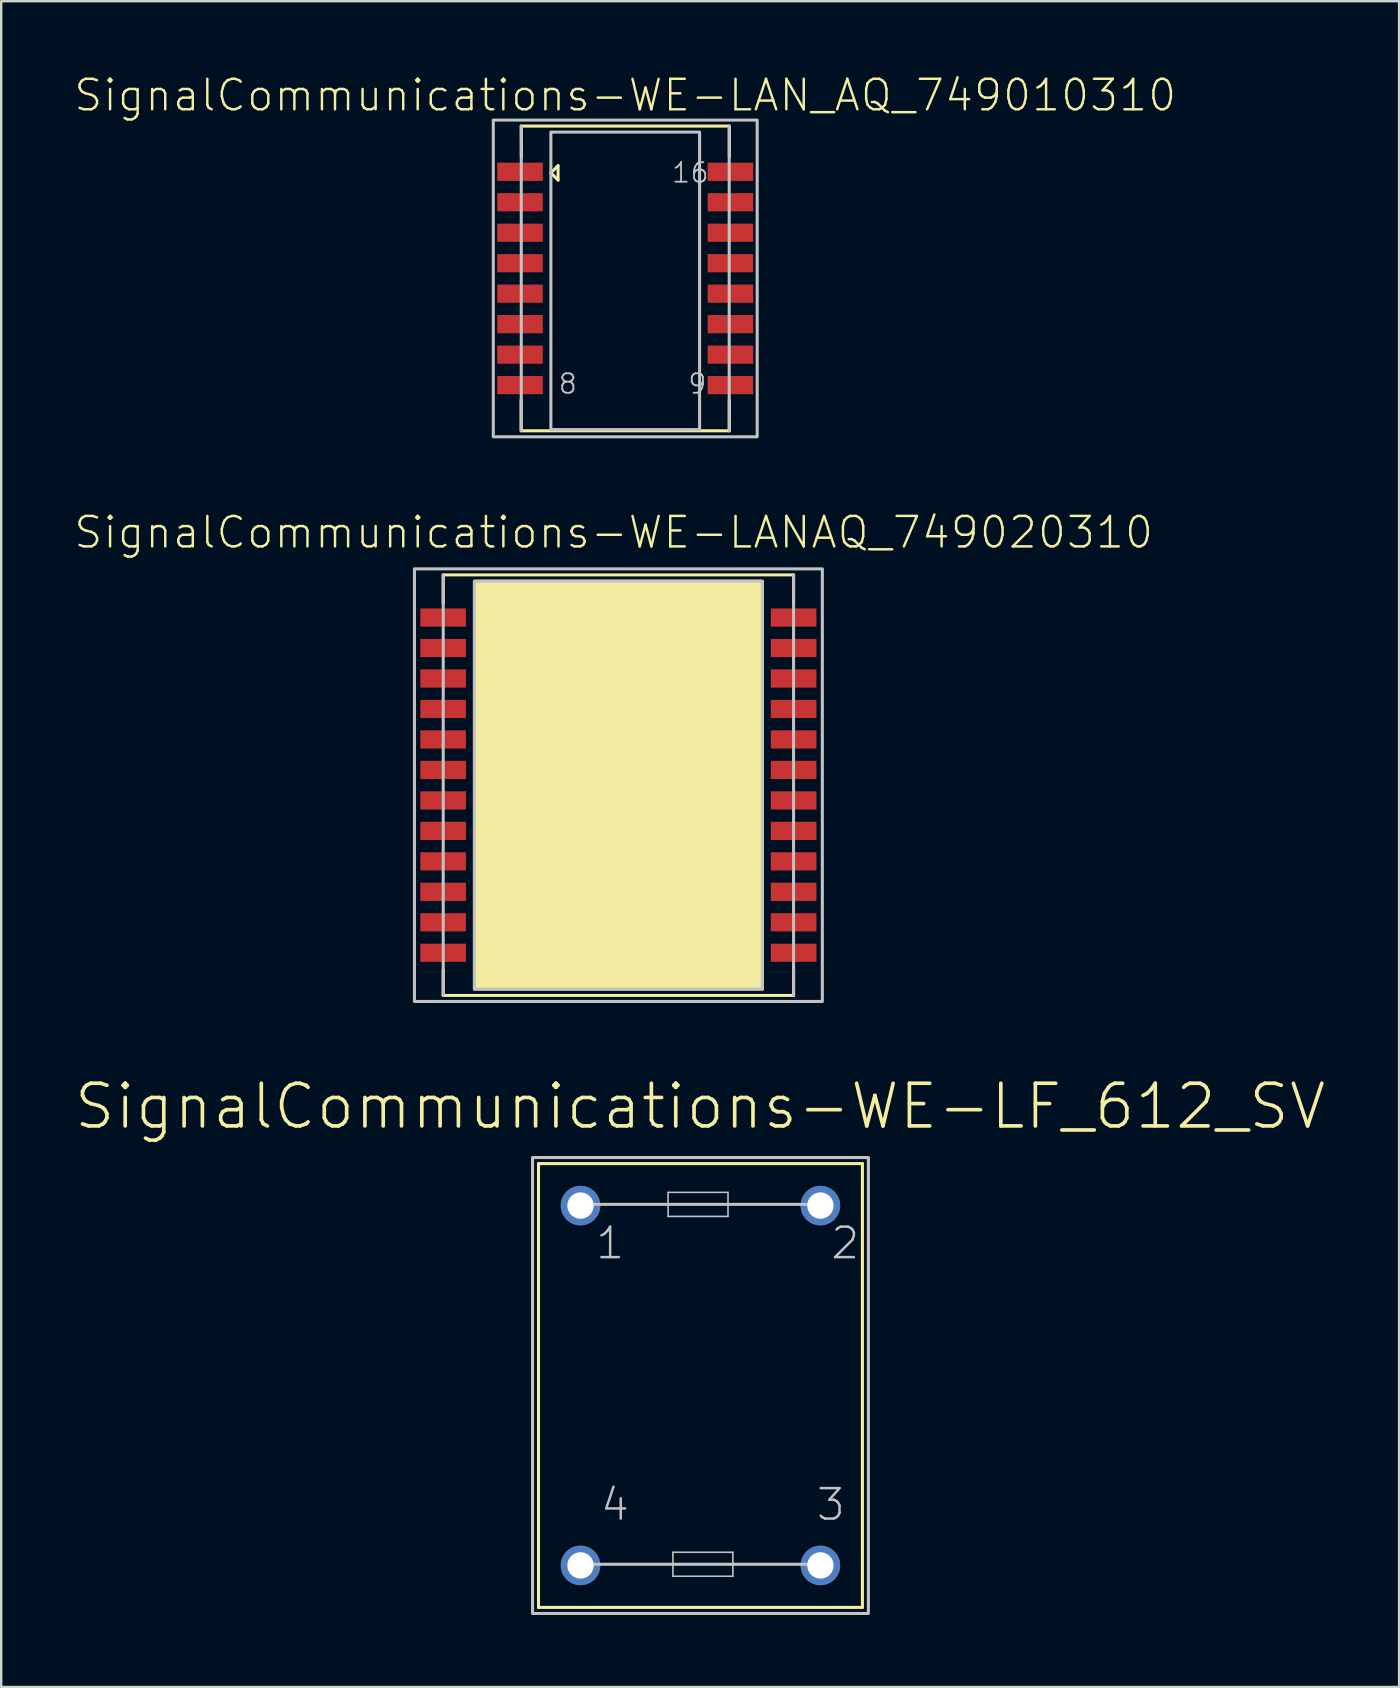
<source format=kicad_pcb>
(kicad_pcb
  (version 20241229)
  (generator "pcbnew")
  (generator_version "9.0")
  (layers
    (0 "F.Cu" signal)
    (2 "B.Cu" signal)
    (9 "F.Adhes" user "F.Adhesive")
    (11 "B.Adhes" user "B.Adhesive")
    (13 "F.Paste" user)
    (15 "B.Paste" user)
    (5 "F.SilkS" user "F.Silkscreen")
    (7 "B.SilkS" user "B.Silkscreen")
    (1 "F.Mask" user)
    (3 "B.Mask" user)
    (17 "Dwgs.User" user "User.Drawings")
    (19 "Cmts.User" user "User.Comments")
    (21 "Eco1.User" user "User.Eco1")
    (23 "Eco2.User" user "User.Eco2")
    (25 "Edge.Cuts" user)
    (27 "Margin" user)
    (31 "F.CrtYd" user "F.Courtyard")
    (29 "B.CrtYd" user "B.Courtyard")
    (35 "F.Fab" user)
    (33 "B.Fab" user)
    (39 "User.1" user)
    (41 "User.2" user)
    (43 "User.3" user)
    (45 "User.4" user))
  (footprint "SignalCommunications-WE-LF_612_SV"
    (layer "F.Cu")
    (at 26.141 54.69)
    (property "Reference" "SignalCommunications-WE-LF_612_SV" (at -0.013 -11.633 0) (layer "F.SilkS") (effects (font (size 1.778 1.778) (thickness 0.152))))
    (attr exclude_from_pos_files exclude_from_bom)
    (fp_line (start -6.749 -9.248) (end -6.749 9.248) (stroke (width 0.127) (type solid)) (layer "F.SilkS"))
    (fp_line (start -6.749 9.248) (end 6.749 9.248) (stroke (width 0.127) (type solid)) (layer "F.SilkS"))
    (fp_line (start 6.749 -9.248) (end -6.749 -9.248) (stroke (width 0.127) (type solid)) (layer "F.SilkS"))
    (fp_line (start 6.749 9.248) (end 6.749 -9.248) (stroke (width 0.127) (type solid)) (layer "F.SilkS"))
    (fp_line (start -4.999 -7.549) (end 4.999 -7.549) (stroke (width 0.127) (type solid)) (layer "Dwgs.User"))
    (fp_line (start -4.9 7.45) (end 5.098 7.45) (stroke (width 0.127) (type solid)) (layer "Dwgs.User"))
    (fp_line (start -1.349 -8.049) (end 1.148 -8.049) (stroke (width 0.066) (type solid)) (layer "Dwgs.User"))
    (fp_line (start -1.349 -7.048) (end -1.349 -8.049) (stroke (width 0.066) (type solid)) (layer "Dwgs.User"))
    (fp_line (start -1.349 -7.048) (end 1.148 -7.048) (stroke (width 0.066) (type solid)) (layer "Dwgs.User"))
    (fp_line (start -1.148 6.949) (end 1.349 6.949) (stroke (width 0.066) (type solid)) (layer "Dwgs.User"))
    (fp_line (start -1.148 7.948) (end -1.148 6.949) (stroke (width 0.066) (type solid)) (layer "Dwgs.User"))
    (fp_line (start -1.148 7.948) (end 1.349 7.948) (stroke (width 0.066) (type solid)) (layer "Dwgs.User"))
    (fp_line (start 1.148 -7.048) (end 1.148 -8.049) (stroke (width 0.066) (type solid)) (layer "Dwgs.User"))
    (fp_line (start 1.349 7.948) (end 1.349 6.949) (stroke (width 0.066) (type solid)) (layer "Dwgs.User"))
    (fp_poly (pts (xy -6.998 9.5) (xy -6.998 -9.5) (xy 6.998 -9.5) (xy 6.998 9.5) (xy -6.998 9.5)) (stroke (width 0.127) (type solid)) (fill no) (layer "Dwgs.User"))
    (fp_text user "3" (at 5.433 4.963 0) (layer "Dwgs.User") (effects (font (size 1.27 1.27) (thickness 0.102))))
    (fp_text user "2" (at 6.032 -5.933 0) (layer "Dwgs.User") (effects (font (size 1.27 1.27) (thickness 0.102))))
    (fp_text user "4" (at -3.564 4.963 0) (layer "Dwgs.User") (effects (font (size 1.27 1.27) (thickness 0.102))))
    (fp_text user "1" (at -3.764 -5.933 0) (layer "Dwgs.User") (effects (font (size 1.27 1.27) (thickness 0.102))))
    (pad "1" thru_hole circle (at -4.999 -7.498) (size 1.648 1.648) (drill 1.1) (layers "*.Cu" "*.Paste" "*.Mask"))
    (pad "2" thru_hole circle (at 4.999 -7.498) (size 1.648 1.648) (drill 1.1) (layers "*.Cu" "*.Paste" "*.Mask"))
    (pad "3" thru_hole circle (at 4.999 7.498) (size 1.648 1.648) (drill 1.1) (layers "*.Cu" "*.Paste" "*.Mask"))
    (pad "4" thru_hole circle (at -4.999 7.498) (size 1.648 1.648) (drill 1.1) (layers "*.Cu" "*.Paste" "*.Mask")))
  (footprint "SignalCommunications-WE-LANAQ_749020310"
    (layer "F.Cu")
    (at 22.721 29.671)
    (property "Reference" "SignalCommunications-WE-LANAQ_749020310" (at -0.198 -10.533 0) (layer "F.SilkS") (effects (font (size 1.27 1.27) (thickness 0.102))))
    (attr smd)
    (fp_line (start -7.3 -8.763) (end 7.3 -8.763) (stroke (width 0.127) (type solid)) (layer "F.SilkS"))
    (fp_line (start -7.3 -7.59) (end -7.3 -8.758) (stroke (width 0.127) (type solid)) (layer "F.SilkS"))
    (fp_line (start -7.3 7.678) (end -7.3 8.758) (stroke (width 0.127) (type solid)) (layer "F.SilkS"))
    (fp_line (start 7.3 -7.59) (end 7.3 -8.758) (stroke (width 0.127) (type solid)) (layer "F.SilkS"))
    (fp_line (start 7.3 7.62) (end 7.3 8.768) (stroke (width 0.127) (type solid)) (layer "F.SilkS"))
    (fp_line (start 7.3 8.763) (end -7.3 8.763) (stroke (width 0.127) (type solid)) (layer "F.SilkS"))
    (fp_circle (center -5.7 -6.998) (end -5.7 -7.196) (stroke (width 0.127) (type solid)) (fill no) (layer "F.SilkS"))
    (fp_poly (pts (xy -5.999 -8.499) (xy 5.999 -8.499) (xy 5.999 8.499) (xy -5.999 8.499) (xy -5.999 -8.499)) (stroke (width 0.127) (type solid)) (fill yes) (layer "F.SilkS"))
    (fp_line (start -7.3 8.763) (end -7.3 -8.763) (stroke (width 0.127) (type solid)) (layer "Dwgs.User"))
    (fp_line (start 7.3 -8.763) (end 7.3 8.763) (stroke (width 0.127) (type solid)) (layer "Dwgs.User"))
    (fp_poly (pts (xy -8.499 -9.014) (xy 8.499 -9.014) (xy 8.499 9.014) (xy -8.499 9.014) (xy -8.499 -9.014)) (stroke (width 0.127) (type solid)) (fill no) (layer "Dwgs.User"))
    (fp_poly (pts (xy -5.999 -8.499) (xy 5.999 -8.499) (xy 5.999 8.499) (xy -5.999 8.499) (xy -5.999 -8.499)) (stroke (width 0.127) (type solid)) (fill no) (layer "Dwgs.User"))
    (pad "1" smd rect (at -7.303 -6.985) (size 1.9 0.759) (layers "F.Cu" "F.Mask" "F.Paste"))
    (pad "2" smd rect (at -7.303 -5.715) (size 1.9 0.759) (layers "F.Cu" "F.Mask" "F.Paste"))
    (pad "3" smd rect (at -7.303 -4.445) (size 1.9 0.759) (layers "F.Cu" "F.Mask" "F.Paste"))
    (pad "4" smd rect (at -7.303 -3.175) (size 1.9 0.759) (layers "F.Cu" "F.Mask" "F.Paste"))
    (pad "5" smd rect (at -7.303 -1.905) (size 1.9 0.759) (layers "F.Cu" "F.Mask" "F.Paste"))
    (pad "6" smd rect (at -7.303 -0.635) (size 1.9 0.759) (layers "F.Cu" "F.Mask" "F.Paste"))
    (pad "7" smd rect (at -7.303 0.635) (size 1.9 0.759) (layers "F.Cu" "F.Mask" "F.Paste"))
    (pad "8" smd rect (at -7.303 1.905) (size 1.9 0.759) (layers "F.Cu" "F.Mask" "F.Paste"))
    (pad "9" smd rect (at -7.303 3.175) (size 1.9 0.759) (layers "F.Cu" "F.Mask" "F.Paste"))
    (pad "10" smd rect (at -7.303 4.445) (size 1.9 0.759) (layers "F.Cu" "F.Mask" "F.Paste"))
    (pad "11" smd rect (at -7.303 5.715) (size 1.9 0.759) (layers "F.Cu" "F.Mask" "F.Paste"))
    (pad "12" smd rect (at -7.303 6.985) (size 1.9 0.759) (layers "F.Cu" "F.Mask" "F.Paste"))
    (pad "13" smd rect (at 7.303 6.985) (size 1.9 0.759) (layers "F.Cu" "F.Mask" "F.Paste"))
    (pad "14" smd rect (at 7.303 5.715) (size 1.9 0.759) (layers "F.Cu" "F.Mask" "F.Paste"))
    (pad "15" smd rect (at 7.303 4.445) (size 1.9 0.759) (layers "F.Cu" "F.Mask" "F.Paste"))
    (pad "16" smd rect (at 7.303 3.175) (size 1.9 0.759) (layers "F.Cu" "F.Mask" "F.Paste"))
    (pad "17" smd rect (at 7.303 1.905) (size 1.9 0.759) (layers "F.Cu" "F.Mask" "F.Paste"))
    (pad "18" smd rect (at 7.303 0.635) (size 1.9 0.759) (layers "F.Cu" "F.Mask" "F.Paste"))
    (pad "19" smd rect (at 7.303 -0.635) (size 1.9 0.759) (layers "F.Cu" "F.Mask" "F.Paste"))
    (pad "20" smd rect (at 7.303 -1.905) (size 1.9 0.759) (layers "F.Cu" "F.Mask" "F.Paste"))
    (pad "21" smd rect (at 7.303 -3.175) (size 1.9 0.759) (layers "F.Cu" "F.Mask" "F.Paste"))
    (pad "22" smd rect (at 7.303 -4.445) (size 1.9 0.759) (layers "F.Cu" "F.Mask" "F.Paste"))
    (pad "23" smd rect (at 7.303 -5.715) (size 1.9 0.759) (layers "F.Cu" "F.Mask" "F.Paste"))
    (pad "24" smd rect (at 7.303 -6.985) (size 1.9 0.759) (layers "F.Cu" "F.Mask" "F.Paste")))
  (footprint "SignalCommunications-WE-LAN_AQ_749010310"
    (layer "F.Cu")
    (at 23.006 8.554)
    (property "Reference" "SignalCommunications-WE-LAN_AQ_749010310" (at 0 -7.633 0) (layer "F.SilkS") (effects (font (size 1.27 1.27) (thickness 0.102))))
    (attr smd)
    (fp_line (start -4.338 5.05) (end -4.338 6.34) (stroke (width 0.127) (type solid)) (layer "F.SilkS"))
    (fp_line (start -4.333 -6.35) (end 4.333 -6.35) (stroke (width 0.127) (type solid)) (layer "F.SilkS"))
    (fp_line (start -4.328 -5.06) (end -4.333 -6.35) (stroke (width 0.127) (type solid)) (layer "F.SilkS"))
    (fp_line (start -3.099 -4.399) (end -2.799 -4.1) (stroke (width 0.127) (type solid)) (layer "F.SilkS"))
    (fp_line (start -2.799 -4.699) (end -3.099 -4.399) (stroke (width 0.127) (type solid)) (layer "F.SilkS"))
    (fp_line (start -2.799 -4.1) (end -2.799 -4.699) (stroke (width 0.127) (type solid)) (layer "F.SilkS"))
    (fp_line (start 4.333 6.35) (end -4.333 6.35) (stroke (width 0.127) (type solid)) (layer "F.SilkS"))
    (fp_line (start 4.338 -5.06) (end 4.338 -6.35) (stroke (width 0.127) (type solid)) (layer "F.SilkS"))
    (fp_line (start 4.338 5.06) (end 4.338 6.35) (stroke (width 0.127) (type solid)) (layer "F.SilkS"))
    (fp_line (start -4.333 6.35) (end -4.333 -6.35) (stroke (width 0.127) (type solid)) (layer "Dwgs.User"))
    (fp_line (start 4.333 -6.35) (end 4.333 6.35) (stroke (width 0.127) (type solid)) (layer "Dwgs.User"))
    (fp_poly (pts (xy -5.499 -6.599) (xy 5.499 -6.599) (xy 5.499 6.599) (xy -5.499 6.599) (xy -5.499 -6.599)) (stroke (width 0.127) (type solid)) (fill no) (layer "Dwgs.User"))
    (fp_poly (pts (xy -3.099 -6.099) (xy 3.099 -6.099) (xy 3.099 6.299) (xy -3.099 6.299) (xy -3.099 -6.099)) (stroke (width 0.127) (type solid)) (fill no) (layer "Dwgs.User"))
    (fp_text user "9" (at 3.005 4.392 0) (layer "Dwgs.User") (effects (font (size 0.813 0.813) (thickness 0.076))))
    (fp_text user "16" (at 2.713 -4.404 0) (layer "Dwgs.User") (effects (font (size 0.813 0.813) (thickness 0.076))))
    (fp_text user "8" (at -2.393 4.392 0) (layer "Dwgs.User") (effects (font (size 0.813 0.813) (thickness 0.076))))
    (pad "1" smd rect (at -4.384 -4.445) (size 1.9 0.759) (layers "F.Cu" "F.Mask" "F.Paste"))
    (pad "2" smd rect (at -4.384 -3.175) (size 1.9 0.759) (layers "F.Cu" "F.Mask" "F.Paste"))
    (pad "3" smd rect (at -4.384 -1.905) (size 1.9 0.759) (layers "F.Cu" "F.Mask" "F.Paste"))
    (pad "4" smd rect (at -4.384 -0.635) (size 1.9 0.759) (layers "F.Cu" "F.Mask" "F.Paste"))
    (pad "5" smd rect (at -4.384 0.635) (size 1.9 0.759) (layers "F.Cu" "F.Mask" "F.Paste"))
    (pad "6" smd rect (at -4.384 1.905) (size 1.9 0.759) (layers "F.Cu" "F.Mask" "F.Paste"))
    (pad "7" smd rect (at -4.384 3.175) (size 1.9 0.759) (layers "F.Cu" "F.Mask" "F.Paste"))
    (pad "8" smd rect (at -4.384 4.445) (size 1.9 0.759) (layers "F.Cu" "F.Mask" "F.Paste"))
    (pad "9" smd rect (at 4.384 4.445) (size 1.9 0.759) (layers "F.Cu" "F.Mask" "F.Paste"))
    (pad "10" smd rect (at 4.384 3.175) (size 1.9 0.759) (layers "F.Cu" "F.Mask" "F.Paste"))
    (pad "11" smd rect (at 4.384 1.905) (size 1.9 0.759) (layers "F.Cu" "F.Mask" "F.Paste"))
    (pad "12" smd rect (at 4.384 0.635) (size 1.9 0.759) (layers "F.Cu" "F.Mask" "F.Paste"))
    (pad "13" smd rect (at 4.384 -0.635) (size 1.9 0.759) (layers "F.Cu" "F.Mask" "F.Paste"))
    (pad "14" smd rect (at 4.384 -1.905) (size 1.9 0.759) (layers "F.Cu" "F.Mask" "F.Paste"))
    (pad "15" smd rect (at 4.384 -3.175) (size 1.9 0.759) (layers "F.Cu" "F.Mask" "F.Paste"))
    (pad "16" smd rect (at 4.384 -4.445) (size 1.9 0.759) (layers "F.Cu" "F.Mask" "F.Paste")))
  (gr_rect
    (start -3 -3)
    (end 55.256 67.253)
    (stroke (width 0.1) (type default))
    (fill no)
    (layer "Edge.Cuts")))
</source>
